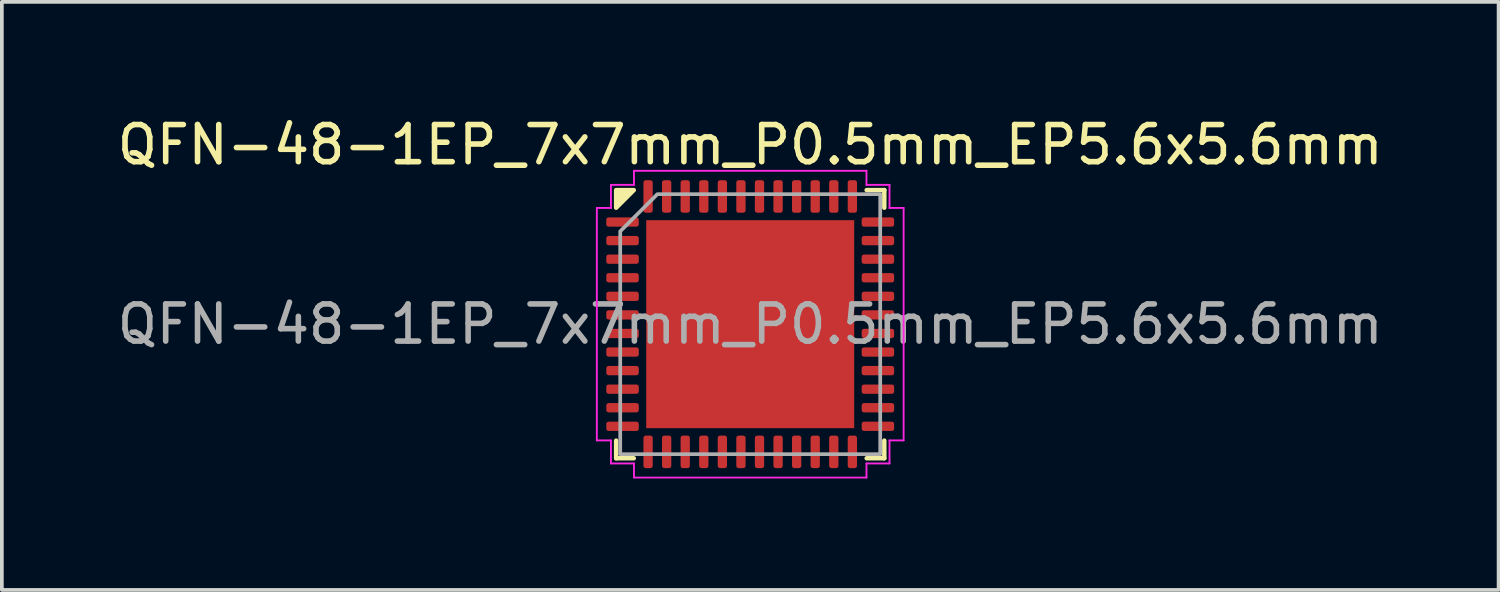
<source format=kicad_pcb>
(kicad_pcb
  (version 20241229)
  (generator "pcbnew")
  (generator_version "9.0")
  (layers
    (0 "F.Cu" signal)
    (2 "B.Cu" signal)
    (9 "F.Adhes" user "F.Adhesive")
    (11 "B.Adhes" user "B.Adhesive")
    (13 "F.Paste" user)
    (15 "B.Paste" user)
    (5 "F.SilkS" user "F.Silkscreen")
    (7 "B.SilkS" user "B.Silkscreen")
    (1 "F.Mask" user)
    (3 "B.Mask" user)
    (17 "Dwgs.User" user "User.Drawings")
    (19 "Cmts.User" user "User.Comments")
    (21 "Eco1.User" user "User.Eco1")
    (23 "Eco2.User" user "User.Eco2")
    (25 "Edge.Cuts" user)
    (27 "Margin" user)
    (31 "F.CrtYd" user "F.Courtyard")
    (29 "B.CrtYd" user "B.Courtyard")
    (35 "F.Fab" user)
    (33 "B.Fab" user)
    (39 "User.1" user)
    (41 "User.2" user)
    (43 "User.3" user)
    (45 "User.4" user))
  (footprint "QFN-48-1EP_7x7mm_P0.5mm_EP5.6x5.6mm"
    (layer "F.Cu")
    (at 17.149 5.678)
    (property "Reference" "QFN-48-1EP_7x7mm_P0.5mm_EP5.6x5.6mm" (at 0 -4.83 0) (layer "F.SilkS") (effects (font (size 1 1) (thickness 0.15))))
    (attr smd)
    (fp_line (start -3.61 3.61) (end -3.61 3.135) (stroke (width 0.12) (type solid)) (layer "F.SilkS"))
    (fp_line (start -3.135 3.61) (end -3.61 3.61) (stroke (width 0.12) (type solid)) (layer "F.SilkS"))
    (fp_line (start 3.135 -3.61) (end 3.61 -3.61) (stroke (width 0.12) (type solid)) (layer "F.SilkS"))
    (fp_line (start 3.61 -3.61) (end 3.61 -3.135) (stroke (width 0.12) (type solid)) (layer "F.SilkS"))
    (fp_line (start 3.61 3.135) (end 3.61 3.61) (stroke (width 0.12) (type solid)) (layer "F.SilkS"))
    (fp_line (start 3.61 3.61) (end 3.135 3.61) (stroke (width 0.12) (type solid)) (layer "F.SilkS"))
    (fp_poly (pts (xy -3.61 -3.135) (xy -3.61 -3.61) (xy -3.135 -3.61)) (stroke (width 0.12) (type solid)) (fill yes) (layer "F.SilkS"))
    (fp_line (start -4.13 -3.13) (end -3.75 -3.13) (stroke (width 0.05) (type solid)) (layer "F.CrtYd"))
    (fp_line (start -4.13 3.13) (end -4.13 -3.13) (stroke (width 0.05) (type solid)) (layer "F.CrtYd"))
    (fp_line (start -3.75 -3.75) (end -3.13 -3.75) (stroke (width 0.05) (type solid)) (layer "F.CrtYd"))
    (fp_line (start -3.75 -3.13) (end -3.75 -3.75) (stroke (width 0.05) (type solid)) (layer "F.CrtYd"))
    (fp_line (start -3.75 3.13) (end -4.13 3.13) (stroke (width 0.05) (type solid)) (layer "F.CrtYd"))
    (fp_line (start -3.75 3.75) (end -3.75 3.13) (stroke (width 0.05) (type solid)) (layer "F.CrtYd"))
    (fp_line (start -3.13 -4.13) (end 3.13 -4.13) (stroke (width 0.05) (type solid)) (layer "F.CrtYd"))
    (fp_line (start -3.13 -3.75) (end -3.13 -4.13) (stroke (width 0.05) (type solid)) (layer "F.CrtYd"))
    (fp_line (start -3.13 3.75) (end -3.75 3.75) (stroke (width 0.05) (type solid)) (layer "F.CrtYd"))
    (fp_line (start -3.13 4.13) (end -3.13 3.75) (stroke (width 0.05) (type solid)) (layer "F.CrtYd"))
    (fp_line (start 3.13 -4.13) (end 3.13 -3.75) (stroke (width 0.05) (type solid)) (layer "F.CrtYd"))
    (fp_line (start 3.13 -3.75) (end 3.75 -3.75) (stroke (width 0.05) (type solid)) (layer "F.CrtYd"))
    (fp_line (start 3.13 3.75) (end 3.13 4.13) (stroke (width 0.05) (type solid)) (layer "F.CrtYd"))
    (fp_line (start 3.13 4.13) (end -3.13 4.13) (stroke (width 0.05) (type solid)) (layer "F.CrtYd"))
    (fp_line (start 3.75 -3.75) (end 3.75 -3.13) (stroke (width 0.05) (type solid)) (layer "F.CrtYd"))
    (fp_line (start 3.75 -3.13) (end 4.13 -3.13) (stroke (width 0.05) (type solid)) (layer "F.CrtYd"))
    (fp_line (start 3.75 3.13) (end 3.75 3.75) (stroke (width 0.05) (type solid)) (layer "F.CrtYd"))
    (fp_line (start 3.75 3.75) (end 3.13 3.75) (stroke (width 0.05) (type solid)) (layer "F.CrtYd"))
    (fp_line (start 4.13 -3.13) (end 4.13 3.13) (stroke (width 0.05) (type solid)) (layer "F.CrtYd"))
    (fp_line (start 4.13 3.13) (end 3.75 3.13) (stroke (width 0.05) (type solid)) (layer "F.CrtYd"))
    (fp_poly (pts (xy -3.5 -2.5) (xy -3.5 3.5) (xy 3.5 3.5) (xy 3.5 -3.5) (xy -2.5 -3.5)) (stroke (width 0.1) (type solid)) (fill no) (layer "F.Fab"))
    (fp_text user "${REFERENCE}" (at 0 0 0) (layer "F.Fab") (effects (font (size 1 1) (thickness 0.15))))
    (pad "" smd roundrect (at -2.1 -2.1) (size 1.13 1.13) (layers "F.Paste") (roundrect_rratio 0.221))
    (pad "" smd roundrect (at -2.1 -0.7) (size 1.13 1.13) (layers "F.Paste") (roundrect_rratio 0.221))
    (pad "" smd roundrect (at -2.1 0.7) (size 1.13 1.13) (layers "F.Paste") (roundrect_rratio 0.221))
    (pad "" smd roundrect (at -2.1 2.1) (size 1.13 1.13) (layers "F.Paste") (roundrect_rratio 0.221))
    (pad "" smd roundrect (at -0.7 -2.1) (size 1.13 1.13) (layers "F.Paste") (roundrect_rratio 0.221))
    (pad "" smd roundrect (at -0.7 -0.7) (size 1.13 1.13) (layers "F.Paste") (roundrect_rratio 0.221))
    (pad "" smd roundrect (at -0.7 0.7) (size 1.13 1.13) (layers "F.Paste") (roundrect_rratio 0.221))
    (pad "" smd roundrect (at -0.7 2.1) (size 1.13 1.13) (layers "F.Paste") (roundrect_rratio 0.221))
    (pad "" smd roundrect (at 0.7 -2.1) (size 1.13 1.13) (layers "F.Paste") (roundrect_rratio 0.221))
    (pad "" smd roundrect (at 0.7 -0.7) (size 1.13 1.13) (layers "F.Paste") (roundrect_rratio 0.221))
    (pad "" smd roundrect (at 0.7 0.7) (size 1.13 1.13) (layers "F.Paste") (roundrect_rratio 0.221))
    (pad "" smd roundrect (at 0.7 2.1) (size 1.13 1.13) (layers "F.Paste") (roundrect_rratio 0.221))
    (pad "" smd roundrect (at 2.1 -2.1) (size 1.13 1.13) (layers "F.Paste") (roundrect_rratio 0.221))
    (pad "" smd roundrect (at 2.1 -0.7) (size 1.13 1.13) (layers "F.Paste") (roundrect_rratio 0.221))
    (pad "" smd roundrect (at 2.1 0.7) (size 1.13 1.13) (layers "F.Paste") (roundrect_rratio 0.221))
    (pad "" smd roundrect (at 2.1 2.1) (size 1.13 1.13) (layers "F.Paste") (roundrect_rratio 0.221))
    (pad "1" smd roundrect (at -3.438 -2.75) (size 0.875 0.25) (layers "F.Cu" "F.Mask" "F.Paste") (roundrect_rratio 0.25))
    (pad "2" smd roundrect (at -3.438 -2.25) (size 0.875 0.25) (layers "F.Cu" "F.Mask" "F.Paste") (roundrect_rratio 0.25))
    (pad "3" smd roundrect (at -3.438 -1.75) (size 0.875 0.25) (layers "F.Cu" "F.Mask" "F.Paste") (roundrect_rratio 0.25))
    (pad "4" smd roundrect (at -3.438 -1.25) (size 0.875 0.25) (layers "F.Cu" "F.Mask" "F.Paste") (roundrect_rratio 0.25))
    (pad "5" smd roundrect (at -3.438 -0.75) (size 0.875 0.25) (layers "F.Cu" "F.Mask" "F.Paste") (roundrect_rratio 0.25))
    (pad "6" smd roundrect (at -3.438 -0.25) (size 0.875 0.25) (layers "F.Cu" "F.Mask" "F.Paste") (roundrect_rratio 0.25))
    (pad "7" smd roundrect (at -3.438 0.25) (size 0.875 0.25) (layers "F.Cu" "F.Mask" "F.Paste") (roundrect_rratio 0.25))
    (pad "8" smd roundrect (at -3.438 0.75) (size 0.875 0.25) (layers "F.Cu" "F.Mask" "F.Paste") (roundrect_rratio 0.25))
    (pad "9" smd roundrect (at -3.438 1.25) (size 0.875 0.25) (layers "F.Cu" "F.Mask" "F.Paste") (roundrect_rratio 0.25))
    (pad "10" smd roundrect (at -3.438 1.75) (size 0.875 0.25) (layers "F.Cu" "F.Mask" "F.Paste") (roundrect_rratio 0.25))
    (pad "11" smd roundrect (at -3.438 2.25) (size 0.875 0.25) (layers "F.Cu" "F.Mask" "F.Paste") (roundrect_rratio 0.25))
    (pad "12" smd roundrect (at -3.438 2.75) (size 0.875 0.25) (layers "F.Cu" "F.Mask" "F.Paste") (roundrect_rratio 0.25))
    (pad "13" smd roundrect (at -2.75 3.438) (size 0.25 0.875) (layers "F.Cu" "F.Mask" "F.Paste") (roundrect_rratio 0.25))
    (pad "14" smd roundrect (at -2.25 3.438) (size 0.25 0.875) (layers "F.Cu" "F.Mask" "F.Paste") (roundrect_rratio 0.25))
    (pad "15" smd roundrect (at -1.75 3.438) (size 0.25 0.875) (layers "F.Cu" "F.Mask" "F.Paste") (roundrect_rratio 0.25))
    (pad "16" smd roundrect (at -1.25 3.438) (size 0.25 0.875) (layers "F.Cu" "F.Mask" "F.Paste") (roundrect_rratio 0.25))
    (pad "17" smd roundrect (at -0.75 3.438) (size 0.25 0.875) (layers "F.Cu" "F.Mask" "F.Paste") (roundrect_rratio 0.25))
    (pad "18" smd roundrect (at -0.25 3.438) (size 0.25 0.875) (layers "F.Cu" "F.Mask" "F.Paste") (roundrect_rratio 0.25))
    (pad "19" smd roundrect (at 0.25 3.438) (size 0.25 0.875) (layers "F.Cu" "F.Mask" "F.Paste") (roundrect_rratio 0.25))
    (pad "20" smd roundrect (at 0.75 3.438) (size 0.25 0.875) (layers "F.Cu" "F.Mask" "F.Paste") (roundrect_rratio 0.25))
    (pad "21" smd roundrect (at 1.25 3.438) (size 0.25 0.875) (layers "F.Cu" "F.Mask" "F.Paste") (roundrect_rratio 0.25))
    (pad "22" smd roundrect (at 1.75 3.438) (size 0.25 0.875) (layers "F.Cu" "F.Mask" "F.Paste") (roundrect_rratio 0.25))
    (pad "23" smd roundrect (at 2.25 3.438) (size 0.25 0.875) (layers "F.Cu" "F.Mask" "F.Paste") (roundrect_rratio 0.25))
    (pad "24" smd roundrect (at 2.75 3.438) (size 0.25 0.875) (layers "F.Cu" "F.Mask" "F.Paste") (roundrect_rratio 0.25))
    (pad "25" smd roundrect (at 3.438 2.75) (size 0.875 0.25) (layers "F.Cu" "F.Mask" "F.Paste") (roundrect_rratio 0.25))
    (pad "26" smd roundrect (at 3.438 2.25) (size 0.875 0.25) (layers "F.Cu" "F.Mask" "F.Paste") (roundrect_rratio 0.25))
    (pad "27" smd roundrect (at 3.438 1.75) (size 0.875 0.25) (layers "F.Cu" "F.Mask" "F.Paste") (roundrect_rratio 0.25))
    (pad "28" smd roundrect (at 3.438 1.25) (size 0.875 0.25) (layers "F.Cu" "F.Mask" "F.Paste") (roundrect_rratio 0.25))
    (pad "29" smd roundrect (at 3.438 0.75) (size 0.875 0.25) (layers "F.Cu" "F.Mask" "F.Paste") (roundrect_rratio 0.25))
    (pad "30" smd roundrect (at 3.438 0.25) (size 0.875 0.25) (layers "F.Cu" "F.Mask" "F.Paste") (roundrect_rratio 0.25))
    (pad "31" smd roundrect (at 3.438 -0.25) (size 0.875 0.25) (layers "F.Cu" "F.Mask" "F.Paste") (roundrect_rratio 0.25))
    (pad "32" smd roundrect (at 3.438 -0.75) (size 0.875 0.25) (layers "F.Cu" "F.Mask" "F.Paste") (roundrect_rratio 0.25))
    (pad "33" smd roundrect (at 3.438 -1.25) (size 0.875 0.25) (layers "F.Cu" "F.Mask" "F.Paste") (roundrect_rratio 0.25))
    (pad "34" smd roundrect (at 3.438 -1.75) (size 0.875 0.25) (layers "F.Cu" "F.Mask" "F.Paste") (roundrect_rratio 0.25))
    (pad "35" smd roundrect (at 3.438 -2.25) (size 0.875 0.25) (layers "F.Cu" "F.Mask" "F.Paste") (roundrect_rratio 0.25))
    (pad "36" smd roundrect (at 3.438 -2.75) (size 0.875 0.25) (layers "F.Cu" "F.Mask" "F.Paste") (roundrect_rratio 0.25))
    (pad "37" smd roundrect (at 2.75 -3.438) (size 0.25 0.875) (layers "F.Cu" "F.Mask" "F.Paste") (roundrect_rratio 0.25))
    (pad "38" smd roundrect (at 2.25 -3.438) (size 0.25 0.875) (layers "F.Cu" "F.Mask" "F.Paste") (roundrect_rratio 0.25))
    (pad "39" smd roundrect (at 1.75 -3.438) (size 0.25 0.875) (layers "F.Cu" "F.Mask" "F.Paste") (roundrect_rratio 0.25))
    (pad "40" smd roundrect (at 1.25 -3.438) (size 0.25 0.875) (layers "F.Cu" "F.Mask" "F.Paste") (roundrect_rratio 0.25))
    (pad "41" smd roundrect (at 0.75 -3.438) (size 0.25 0.875) (layers "F.Cu" "F.Mask" "F.Paste") (roundrect_rratio 0.25))
    (pad "42" smd roundrect (at 0.25 -3.438) (size 0.25 0.875) (layers "F.Cu" "F.Mask" "F.Paste") (roundrect_rratio 0.25))
    (pad "43" smd roundrect (at -0.25 -3.438) (size 0.25 0.875) (layers "F.Cu" "F.Mask" "F.Paste") (roundrect_rratio 0.25))
    (pad "44" smd roundrect (at -0.75 -3.438) (size 0.25 0.875) (layers "F.Cu" "F.Mask" "F.Paste") (roundrect_rratio 0.25))
    (pad "45" smd roundrect (at -1.25 -3.438) (size 0.25 0.875) (layers "F.Cu" "F.Mask" "F.Paste") (roundrect_rratio 0.25))
    (pad "46" smd roundrect (at -1.75 -3.438) (size 0.25 0.875) (layers "F.Cu" "F.Mask" "F.Paste") (roundrect_rratio 0.25))
    (pad "47" smd roundrect (at -2.25 -3.438) (size 0.25 0.875) (layers "F.Cu" "F.Mask" "F.Paste") (roundrect_rratio 0.25))
    (pad "48" smd roundrect (at -2.75 -3.438) (size 0.25 0.875) (layers "F.Cu" "F.Mask" "F.Paste") (roundrect_rratio 0.25))
    (pad "49" smd rect (at 0 0) (size 5.6 5.6) (property pad_prop_heatsink) (layers "F.Cu" "F.Mask")))
  (gr_rect
    (start -3 -3)
    (end 37.298 12.833)
    (stroke (width 0.1) (type default))
    (fill no)
    (layer "Edge.Cuts")))
</source>
